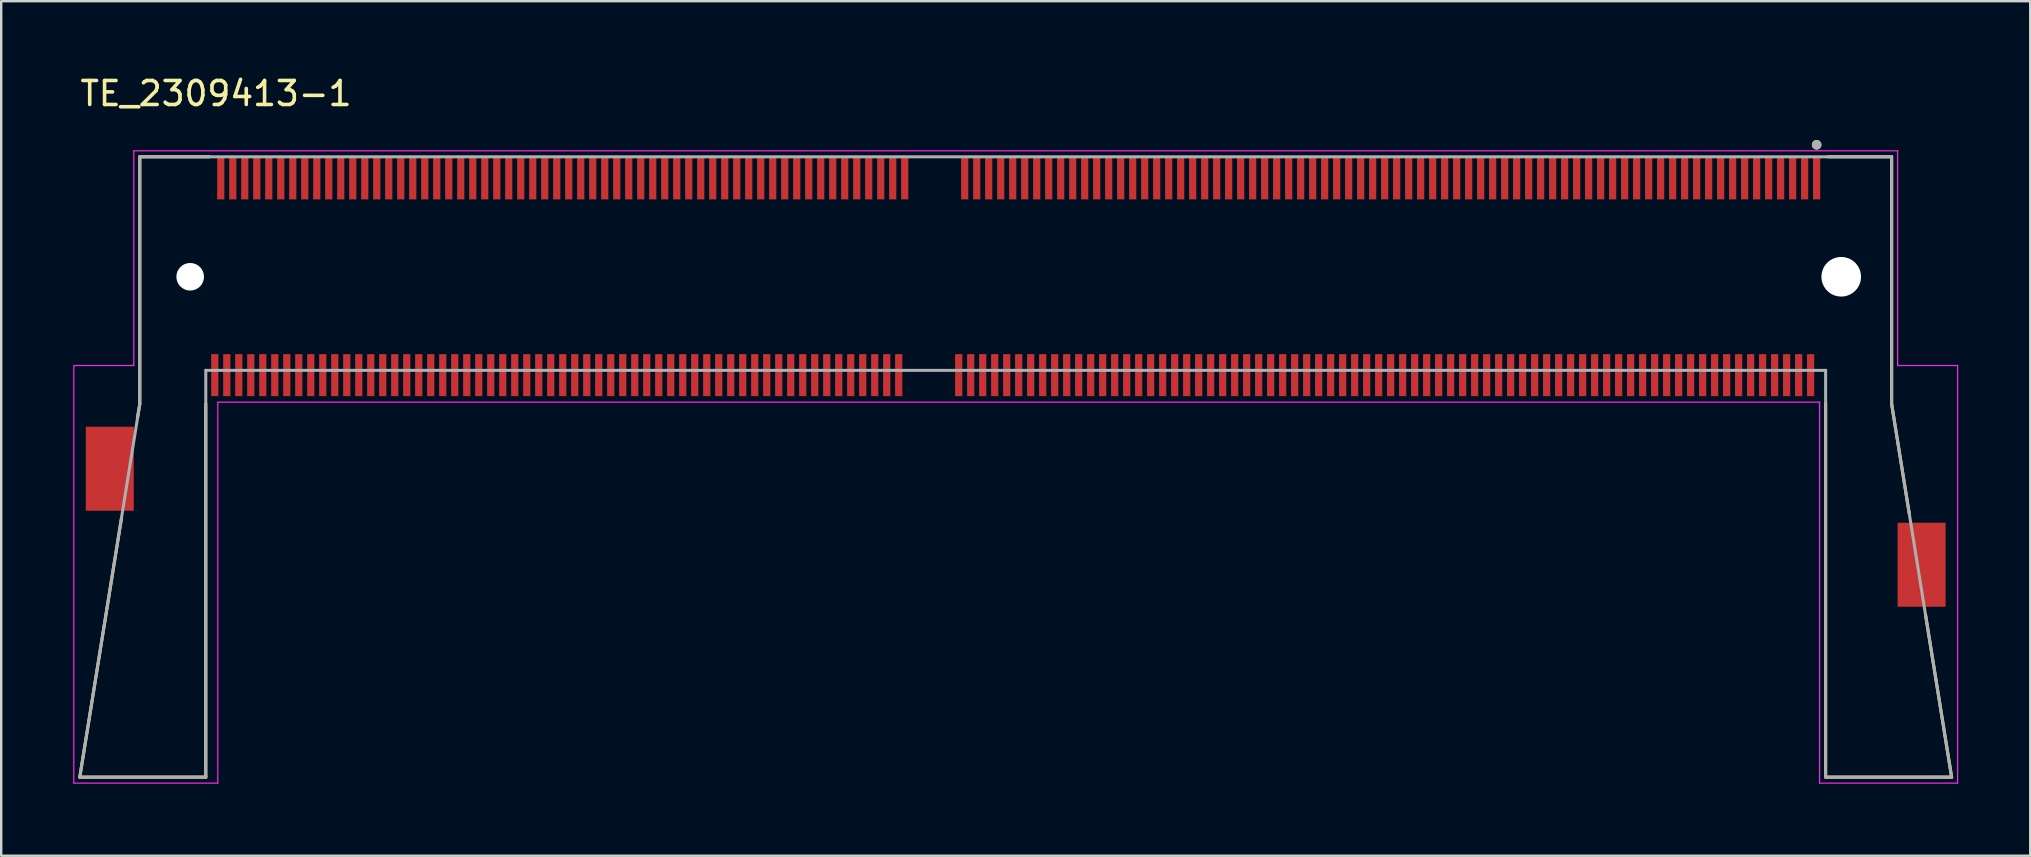
<source format=kicad_pcb>
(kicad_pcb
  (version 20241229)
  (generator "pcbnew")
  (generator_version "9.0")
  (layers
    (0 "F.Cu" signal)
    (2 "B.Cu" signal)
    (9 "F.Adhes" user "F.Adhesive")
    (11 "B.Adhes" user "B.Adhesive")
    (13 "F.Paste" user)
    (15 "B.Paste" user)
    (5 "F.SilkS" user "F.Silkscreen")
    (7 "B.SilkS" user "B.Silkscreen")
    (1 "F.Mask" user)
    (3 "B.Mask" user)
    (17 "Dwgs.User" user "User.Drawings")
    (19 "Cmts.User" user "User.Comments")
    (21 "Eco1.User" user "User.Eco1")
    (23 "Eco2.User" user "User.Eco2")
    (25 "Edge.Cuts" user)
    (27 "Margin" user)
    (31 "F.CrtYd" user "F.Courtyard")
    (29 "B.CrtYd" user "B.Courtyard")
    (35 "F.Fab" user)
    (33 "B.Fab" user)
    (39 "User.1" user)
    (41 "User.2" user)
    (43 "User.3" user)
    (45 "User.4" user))
  (footprint "TE_2309413-1"
    (layer "F.Cu")
    (at 35.775 8.483)
    (property "Reference" "TE_2309413-1" (at -29.825 -7.635 0) (layer "F.SilkS") (effects (font (size 1 1) (thickness 0.15))))
    (attr smd)
    (fp_line (start -35.5 20.85) (end -33.77 10.105) (stroke (width 0.127) (type solid)) (layer "F.SilkS"))
    (fp_line (start -35.5 20.85) (end -30.25 20.85) (stroke (width 0.127) (type solid)) (layer "F.SilkS"))
    (fp_line (start -33 -5) (end -33 5.3) (stroke (width 0.127) (type solid)) (layer "F.SilkS"))
    (fp_line (start -33 5.3) (end -33.1 5.9) (stroke (width 0.127) (type solid)) (layer "F.SilkS"))
    (fp_line (start -30.25 20.85) (end -30.25 5.3) (stroke (width 0.127) (type solid)) (layer "F.SilkS"))
    (fp_line (start -30.095 -5) (end -33 -5) (stroke (width 0.127) (type solid)) (layer "F.SilkS"))
    (fp_line (start 37.25 5.3) (end 37.25 20.85) (stroke (width 0.127) (type solid)) (layer "F.SilkS"))
    (fp_line (start 37.25 20.85) (end 42.5 20.85) (stroke (width 0.127) (type solid)) (layer "F.SilkS"))
    (fp_line (start 40 -5) (end 37.345 -5) (stroke (width 0.127) (type solid)) (layer "F.SilkS"))
    (fp_line (start 40 5.3) (end 40 -5) (stroke (width 0.127) (type solid)) (layer "F.SilkS"))
    (fp_line (start 40 5.3) (end 40.735 9.87) (stroke (width 0.127) (type solid)) (layer "F.SilkS"))
    (fp_line (start 42.5 20.85) (end 41.415 14.1) (stroke (width 0.127) (type solid)) (layer "F.SilkS"))
    (fp_circle (center 36.875 -5.5) (end 36.975 -5.5) (stroke (width 0.2) (type solid)) (fill no) (layer "F.SilkS"))
    (fp_line (start -35.75 3.7) (end -33.25 3.7) (stroke (width 0.05) (type solid)) (layer "F.CrtYd"))
    (fp_line (start -35.75 21.1) (end -35.75 3.7) (stroke (width 0.05) (type solid)) (layer "F.CrtYd"))
    (fp_line (start -33.25 -5.25) (end 40.25 -5.25) (stroke (width 0.05) (type solid)) (layer "F.CrtYd"))
    (fp_line (start -33.25 3.7) (end -33.25 -5.25) (stroke (width 0.05) (type solid)) (layer "F.CrtYd"))
    (fp_line (start -29.75 5.225) (end -29.75 21.1) (stroke (width 0.05) (type solid)) (layer "F.CrtYd"))
    (fp_line (start -29.75 21.1) (end -35.75 21.1) (stroke (width 0.05) (type solid)) (layer "F.CrtYd"))
    (fp_line (start 37 5.225) (end -29.75 5.225) (stroke (width 0.05) (type solid)) (layer "F.CrtYd"))
    (fp_line (start 37 21.1) (end 37 5.225) (stroke (width 0.05) (type solid)) (layer "F.CrtYd"))
    (fp_line (start 40.25 -5.25) (end 40.25 3.7) (stroke (width 0.05) (type solid)) (layer "F.CrtYd"))
    (fp_line (start 40.25 3.7) (end 42.75 3.7) (stroke (width 0.05) (type solid)) (layer "F.CrtYd"))
    (fp_line (start 42.75 3.7) (end 42.75 21.1) (stroke (width 0.05) (type solid)) (layer "F.CrtYd"))
    (fp_line (start 42.75 21.1) (end 37 21.1) (stroke (width 0.05) (type solid)) (layer "F.CrtYd"))
    (fp_line (start -35.5 20.85) (end -30.25 20.85) (stroke (width 0.127) (type solid)) (layer "F.Fab"))
    (fp_line (start -33 -5) (end -33 5.3) (stroke (width 0.127) (type solid)) (layer "F.Fab"))
    (fp_line (start -33 5.3) (end -35.5 20.85) (stroke (width 0.127) (type solid)) (layer "F.Fab"))
    (fp_line (start -30.25 3.9) (end 37.25 3.9) (stroke (width 0.127) (type solid)) (layer "F.Fab"))
    (fp_line (start -30.25 20.85) (end -30.25 3.9) (stroke (width 0.127) (type solid)) (layer "F.Fab"))
    (fp_line (start 37.25 3.9) (end 37.25 20.85) (stroke (width 0.127) (type solid)) (layer "F.Fab"))
    (fp_line (start 37.25 20.85) (end 42.5 20.85) (stroke (width 0.127) (type solid)) (layer "F.Fab"))
    (fp_line (start 40 -5) (end -33 -5) (stroke (width 0.127) (type solid)) (layer "F.Fab"))
    (fp_line (start 40 5.3) (end 40 -5) (stroke (width 0.127) (type solid)) (layer "F.Fab"))
    (fp_line (start 42.5 20.85) (end 40 5.3) (stroke (width 0.127) (type solid)) (layer "F.Fab"))
    (fp_circle (center 36.875 -5.5) (end 36.975 -5.5) (stroke (width 0.2) (type solid)) (fill no) (layer "F.Fab"))
    (pad "" np_thru_hole circle (at -30.9 0) (size 1.15 1.15) (drill 1.15) (layers "*.Cu" "*.Mask"))
    (pad "" np_thru_hole circle (at 37.9 0) (size 1.65 1.65) (drill 1.65) (layers "*.Cu" "*.Mask"))
    (pad "1" smd rect (at 36.875 -4.1 90) (size 1.75 0.3) (layers "F.Cu" "F.Mask" "F.Paste"))
    (pad "2" smd rect (at 36.625 4.1 90) (size 1.75 0.3) (layers "F.Cu" "F.Mask" "F.Paste"))
    (pad "3" smd rect (at 36.375 -4.1 90) (size 1.75 0.3) (layers "F.Cu" "F.Mask" "F.Paste"))
    (pad "4" smd rect (at 36.125 4.1 90) (size 1.75 0.3) (layers "F.Cu" "F.Mask" "F.Paste"))
    (pad "5" smd rect (at 35.875 -4.1 90) (size 1.75 0.3) (layers "F.Cu" "F.Mask" "F.Paste"))
    (pad "6" smd rect (at 35.625 4.1 90) (size 1.75 0.3) (layers "F.Cu" "F.Mask" "F.Paste"))
    (pad "7" smd rect (at 35.375 -4.1 90) (size 1.75 0.3) (layers "F.Cu" "F.Mask" "F.Paste"))
    (pad "8" smd rect (at 35.125 4.1 90) (size 1.75 0.3) (layers "F.Cu" "F.Mask" "F.Paste"))
    (pad "9" smd rect (at 34.875 -4.1 90) (size 1.75 0.3) (layers "F.Cu" "F.Mask" "F.Paste"))
    (pad "10" smd rect (at 34.625 4.1 90) (size 1.75 0.3) (layers "F.Cu" "F.Mask" "F.Paste"))
    (pad "11" smd rect (at 34.375 -4.1 90) (size 1.75 0.3) (layers "F.Cu" "F.Mask" "F.Paste"))
    (pad "12" smd rect (at 34.125 4.1 90) (size 1.75 0.3) (layers "F.Cu" "F.Mask" "F.Paste"))
    (pad "13" smd rect (at 33.875 -4.1 90) (size 1.75 0.3) (layers "F.Cu" "F.Mask" "F.Paste"))
    (pad "14" smd rect (at 33.625 4.1 90) (size 1.75 0.3) (layers "F.Cu" "F.Mask" "F.Paste"))
    (pad "15" smd rect (at 33.375 -4.1 90) (size 1.75 0.3) (layers "F.Cu" "F.Mask" "F.Paste"))
    (pad "16" smd rect (at 33.125 4.1 90) (size 1.75 0.3) (layers "F.Cu" "F.Mask" "F.Paste"))
    (pad "17" smd rect (at 32.875 -4.1 90) (size 1.75 0.3) (layers "F.Cu" "F.Mask" "F.Paste"))
    (pad "18" smd rect (at 32.625 4.1 90) (size 1.75 0.3) (layers "F.Cu" "F.Mask" "F.Paste"))
    (pad "19" smd rect (at 32.375 -4.1 90) (size 1.75 0.3) (layers "F.Cu" "F.Mask" "F.Paste"))
    (pad "20" smd rect (at 32.125 4.1 90) (size 1.75 0.3) (layers "F.Cu" "F.Mask" "F.Paste"))
    (pad "21" smd rect (at 31.875 -4.1 90) (size 1.75 0.3) (layers "F.Cu" "F.Mask" "F.Paste"))
    (pad "22" smd rect (at 31.625 4.1 90) (size 1.75 0.3) (layers "F.Cu" "F.Mask" "F.Paste"))
    (pad "23" smd rect (at 31.375 -4.1 90) (size 1.75 0.3) (layers "F.Cu" "F.Mask" "F.Paste"))
    (pad "24" smd rect (at 31.125 4.1 90) (size 1.75 0.3) (layers "F.Cu" "F.Mask" "F.Paste"))
    (pad "25" smd rect (at 30.875 -4.1 90) (size 1.75 0.3) (layers "F.Cu" "F.Mask" "F.Paste"))
    (pad "26" smd rect (at 30.625 4.1 90) (size 1.75 0.3) (layers "F.Cu" "F.Mask" "F.Paste"))
    (pad "27" smd rect (at 30.375 -4.1 90) (size 1.75 0.3) (layers "F.Cu" "F.Mask" "F.Paste"))
    (pad "28" smd rect (at 30.125 4.1 90) (size 1.75 0.3) (layers "F.Cu" "F.Mask" "F.Paste"))
    (pad "29" smd rect (at 29.875 -4.1 90) (size 1.75 0.3) (layers "F.Cu" "F.Mask" "F.Paste"))
    (pad "30" smd rect (at 29.625 4.1 90) (size 1.75 0.3) (layers "F.Cu" "F.Mask" "F.Paste"))
    (pad "31" smd rect (at 29.375 -4.1 90) (size 1.75 0.3) (layers "F.Cu" "F.Mask" "F.Paste"))
    (pad "32" smd rect (at 29.125 4.1 90) (size 1.75 0.3) (layers "F.Cu" "F.Mask" "F.Paste"))
    (pad "33" smd rect (at 28.875 -4.1 90) (size 1.75 0.3) (layers "F.Cu" "F.Mask" "F.Paste"))
    (pad "34" smd rect (at 28.625 4.1 90) (size 1.75 0.3) (layers "F.Cu" "F.Mask" "F.Paste"))
    (pad "35" smd rect (at 28.375 -4.1 90) (size 1.75 0.3) (layers "F.Cu" "F.Mask" "F.Paste"))
    (pad "36" smd rect (at 28.125 4.1 90) (size 1.75 0.3) (layers "F.Cu" "F.Mask" "F.Paste"))
    (pad "37" smd rect (at 27.875 -4.1 90) (size 1.75 0.3) (layers "F.Cu" "F.Mask" "F.Paste"))
    (pad "38" smd rect (at 27.625 4.1 90) (size 1.75 0.3) (layers "F.Cu" "F.Mask" "F.Paste"))
    (pad "39" smd rect (at 27.375 -4.1 90) (size 1.75 0.3) (layers "F.Cu" "F.Mask" "F.Paste"))
    (pad "40" smd rect (at 27.125 4.1 90) (size 1.75 0.3) (layers "F.Cu" "F.Mask" "F.Paste"))
    (pad "41" smd rect (at 26.875 -4.1 90) (size 1.75 0.3) (layers "F.Cu" "F.Mask" "F.Paste"))
    (pad "42" smd rect (at 26.625 4.1 90) (size 1.75 0.3) (layers "F.Cu" "F.Mask" "F.Paste"))
    (pad "43" smd rect (at 26.375 -4.1 90) (size 1.75 0.3) (layers "F.Cu" "F.Mask" "F.Paste"))
    (pad "44" smd rect (at 26.125 4.1 90) (size 1.75 0.3) (layers "F.Cu" "F.Mask" "F.Paste"))
    (pad "45" smd rect (at 25.875 -4.1 90) (size 1.75 0.3) (layers "F.Cu" "F.Mask" "F.Paste"))
    (pad "46" smd rect (at 25.625 4.1 90) (size 1.75 0.3) (layers "F.Cu" "F.Mask" "F.Paste"))
    (pad "47" smd rect (at 25.375 -4.1 90) (size 1.75 0.3) (layers "F.Cu" "F.Mask" "F.Paste"))
    (pad "48" smd rect (at 25.125 4.1 90) (size 1.75 0.3) (layers "F.Cu" "F.Mask" "F.Paste"))
    (pad "49" smd rect (at 24.875 -4.1 90) (size 1.75 0.3) (layers "F.Cu" "F.Mask" "F.Paste"))
    (pad "50" smd rect (at 24.625 4.1 90) (size 1.75 0.3) (layers "F.Cu" "F.Mask" "F.Paste"))
    (pad "51" smd rect (at 24.375 -4.1 90) (size 1.75 0.3) (layers "F.Cu" "F.Mask" "F.Paste"))
    (pad "52" smd rect (at 24.125 4.1 90) (size 1.75 0.3) (layers "F.Cu" "F.Mask" "F.Paste"))
    (pad "53" smd rect (at 23.875 -4.1 90) (size 1.75 0.3) (layers "F.Cu" "F.Mask" "F.Paste"))
    (pad "54" smd rect (at 23.625 4.1 90) (size 1.75 0.3) (layers "F.Cu" "F.Mask" "F.Paste"))
    (pad "55" smd rect (at 23.375 -4.1 90) (size 1.75 0.3) (layers "F.Cu" "F.Mask" "F.Paste"))
    (pad "56" smd rect (at 23.125 4.1 90) (size 1.75 0.3) (layers "F.Cu" "F.Mask" "F.Paste"))
    (pad "57" smd rect (at 22.875 -4.1 90) (size 1.75 0.3) (layers "F.Cu" "F.Mask" "F.Paste"))
    (pad "58" smd rect (at 22.625 4.1 90) (size 1.75 0.3) (layers "F.Cu" "F.Mask" "F.Paste"))
    (pad "59" smd rect (at 22.375 -4.1 90) (size 1.75 0.3) (layers "F.Cu" "F.Mask" "F.Paste"))
    (pad "60" smd rect (at 22.125 4.1 90) (size 1.75 0.3) (layers "F.Cu" "F.Mask" "F.Paste"))
    (pad "61" smd rect (at 21.875 -4.1 90) (size 1.75 0.3) (layers "F.Cu" "F.Mask" "F.Paste"))
    (pad "62" smd rect (at 21.625 4.1 90) (size 1.75 0.3) (layers "F.Cu" "F.Mask" "F.Paste"))
    (pad "63" smd rect (at 21.375 -4.1 90) (size 1.75 0.3) (layers "F.Cu" "F.Mask" "F.Paste"))
    (pad "64" smd rect (at 21.125 4.1 90) (size 1.75 0.3) (layers "F.Cu" "F.Mask" "F.Paste"))
    (pad "65" smd rect (at 20.875 -4.1 90) (size 1.75 0.3) (layers "F.Cu" "F.Mask" "F.Paste"))
    (pad "66" smd rect (at 20.625 4.1 90) (size 1.75 0.3) (layers "F.Cu" "F.Mask" "F.Paste"))
    (pad "67" smd rect (at 20.375 -4.1 90) (size 1.75 0.3) (layers "F.Cu" "F.Mask" "F.Paste"))
    (pad "68" smd rect (at 20.125 4.1 90) (size 1.75 0.3) (layers "F.Cu" "F.Mask" "F.Paste"))
    (pad "69" smd rect (at 19.875 -4.1 90) (size 1.75 0.3) (layers "F.Cu" "F.Mask" "F.Paste"))
    (pad "70" smd rect (at 19.625 4.1 90) (size 1.75 0.3) (layers "F.Cu" "F.Mask" "F.Paste"))
    (pad "71" smd rect (at 19.375 -4.1 90) (size 1.75 0.3) (layers "F.Cu" "F.Mask" "F.Paste"))
    (pad "72" smd rect (at 19.125 4.1 90) (size 1.75 0.3) (layers "F.Cu" "F.Mask" "F.Paste"))
    (pad "73" smd rect (at 18.875 -4.1 90) (size 1.75 0.3) (layers "F.Cu" "F.Mask" "F.Paste"))
    (pad "74" smd rect (at 18.625 4.1 90) (size 1.75 0.3) (layers "F.Cu" "F.Mask" "F.Paste"))
    (pad "75" smd rect (at 18.375 -4.1 90) (size 1.75 0.3) (layers "F.Cu" "F.Mask" "F.Paste"))
    (pad "76" smd rect (at 18.125 4.1 90) (size 1.75 0.3) (layers "F.Cu" "F.Mask" "F.Paste"))
    (pad "77" smd rect (at 17.875 -4.1 90) (size 1.75 0.3) (layers "F.Cu" "F.Mask" "F.Paste"))
    (pad "78" smd rect (at 17.625 4.1 90) (size 1.75 0.3) (layers "F.Cu" "F.Mask" "F.Paste"))
    (pad "79" smd rect (at 17.375 -4.1 90) (size 1.75 0.3) (layers "F.Cu" "F.Mask" "F.Paste"))
    (pad "80" smd rect (at 17.125 4.1 90) (size 1.75 0.3) (layers "F.Cu" "F.Mask" "F.Paste"))
    (pad "81" smd rect (at 16.875 -4.1 90) (size 1.75 0.3) (layers "F.Cu" "F.Mask" "F.Paste"))
    (pad "82" smd rect (at 16.625 4.1 90) (size 1.75 0.3) (layers "F.Cu" "F.Mask" "F.Paste"))
    (pad "83" smd rect (at 16.375 -4.1 90) (size 1.75 0.3) (layers "F.Cu" "F.Mask" "F.Paste"))
    (pad "84" smd rect (at 16.125 4.1 90) (size 1.75 0.3) (layers "F.Cu" "F.Mask" "F.Paste"))
    (pad "85" smd rect (at 15.875 -4.1 90) (size 1.75 0.3) (layers "F.Cu" "F.Mask" "F.Paste"))
    (pad "86" smd rect (at 15.625 4.1 90) (size 1.75 0.3) (layers "F.Cu" "F.Mask" "F.Paste"))
    (pad "87" smd rect (at 15.375 -4.1 90) (size 1.75 0.3) (layers "F.Cu" "F.Mask" "F.Paste"))
    (pad "88" smd rect (at 15.125 4.1 90) (size 1.75 0.3) (layers "F.Cu" "F.Mask" "F.Paste"))
    (pad "89" smd rect (at 14.875 -4.1 90) (size 1.75 0.3) (layers "F.Cu" "F.Mask" "F.Paste"))
    (pad "90" smd rect (at 14.625 4.1 90) (size 1.75 0.3) (layers "F.Cu" "F.Mask" "F.Paste"))
    (pad "91" smd rect (at 14.375 -4.1 90) (size 1.75 0.3) (layers "F.Cu" "F.Mask" "F.Paste"))
    (pad "92" smd rect (at 14.125 4.1 90) (size 1.75 0.3) (layers "F.Cu" "F.Mask" "F.Paste"))
    (pad "93" smd rect (at 13.875 -4.1 90) (size 1.75 0.3) (layers "F.Cu" "F.Mask" "F.Paste"))
    (pad "94" smd rect (at 13.625 4.1 90) (size 1.75 0.3) (layers "F.Cu" "F.Mask" "F.Paste"))
    (pad "95" smd rect (at 13.375 -4.1 90) (size 1.75 0.3) (layers "F.Cu" "F.Mask" "F.Paste"))
    (pad "96" smd rect (at 13.125 4.1 90) (size 1.75 0.3) (layers "F.Cu" "F.Mask" "F.Paste"))
    (pad "97" smd rect (at 12.875 -4.1 90) (size 1.75 0.3) (layers "F.Cu" "F.Mask" "F.Paste"))
    (pad "98" smd rect (at 12.625 4.1 90) (size 1.75 0.3) (layers "F.Cu" "F.Mask" "F.Paste"))
    (pad "99" smd rect (at 12.375 -4.1 90) (size 1.75 0.3) (layers "F.Cu" "F.Mask" "F.Paste"))
    (pad "100" smd rect (at 12.125 4.1 90) (size 1.75 0.3) (layers "F.Cu" "F.Mask" "F.Paste"))
    (pad "101" smd rect (at 11.875 -4.1 90) (size 1.75 0.3) (layers "F.Cu" "F.Mask" "F.Paste"))
    (pad "102" smd rect (at 11.625 4.1 90) (size 1.75 0.3) (layers "F.Cu" "F.Mask" "F.Paste"))
    (pad "103" smd rect (at 11.375 -4.1 90) (size 1.75 0.3) (layers "F.Cu" "F.Mask" "F.Paste"))
    (pad "104" smd rect (at 11.125 4.1 90) (size 1.75 0.3) (layers "F.Cu" "F.Mask" "F.Paste"))
    (pad "105" smd rect (at 10.875 -4.1 90) (size 1.75 0.3) (layers "F.Cu" "F.Mask" "F.Paste"))
    (pad "106" smd rect (at 10.625 4.1 90) (size 1.75 0.3) (layers "F.Cu" "F.Mask" "F.Paste"))
    (pad "107" smd rect (at 10.375 -4.1 90) (size 1.75 0.3) (layers "F.Cu" "F.Mask" "F.Paste"))
    (pad "108" smd rect (at 10.125 4.1 90) (size 1.75 0.3) (layers "F.Cu" "F.Mask" "F.Paste"))
    (pad "109" smd rect (at 9.875 -4.1 90) (size 1.75 0.3) (layers "F.Cu" "F.Mask" "F.Paste"))
    (pad "110" smd rect (at 9.625 4.1 90) (size 1.75 0.3) (layers "F.Cu" "F.Mask" "F.Paste"))
    (pad "111" smd rect (at 9.375 -4.1 90) (size 1.75 0.3) (layers "F.Cu" "F.Mask" "F.Paste"))
    (pad "112" smd rect (at 9.125 4.1 90) (size 1.75 0.3) (layers "F.Cu" "F.Mask" "F.Paste"))
    (pad "113" smd rect (at 8.875 -4.1 90) (size 1.75 0.3) (layers "F.Cu" "F.Mask" "F.Paste"))
    (pad "114" smd rect (at 8.625 4.1 90) (size 1.75 0.3) (layers "F.Cu" "F.Mask" "F.Paste"))
    (pad "115" smd rect (at 8.375 -4.1 90) (size 1.75 0.3) (layers "F.Cu" "F.Mask" "F.Paste"))
    (pad "116" smd rect (at 8.125 4.1 90) (size 1.75 0.3) (layers "F.Cu" "F.Mask" "F.Paste"))
    (pad "117" smd rect (at 7.875 -4.1 90) (size 1.75 0.3) (layers "F.Cu" "F.Mask" "F.Paste"))
    (pad "118" smd rect (at 7.625 4.1 90) (size 1.75 0.3) (layers "F.Cu" "F.Mask" "F.Paste"))
    (pad "119" smd rect (at 7.375 -4.1 90) (size 1.75 0.3) (layers "F.Cu" "F.Mask" "F.Paste"))
    (pad "120" smd rect (at 7.125 4.1 90) (size 1.75 0.3) (layers "F.Cu" "F.Mask" "F.Paste"))
    (pad "121" smd rect (at 6.875 -4.1 90) (size 1.75 0.3) (layers "F.Cu" "F.Mask" "F.Paste"))
    (pad "122" smd rect (at 6.625 4.1 90) (size 1.75 0.3) (layers "F.Cu" "F.Mask" "F.Paste"))
    (pad "123" smd rect (at 6.375 -4.1 90) (size 1.75 0.3) (layers "F.Cu" "F.Mask" "F.Paste"))
    (pad "124" smd rect (at 6.125 4.1 90) (size 1.75 0.3) (layers "F.Cu" "F.Mask" "F.Paste"))
    (pad "125" smd rect (at 5.875 -4.1 90) (size 1.75 0.3) (layers "F.Cu" "F.Mask" "F.Paste"))
    (pad "126" smd rect (at 5.625 4.1 90) (size 1.75 0.3) (layers "F.Cu" "F.Mask" "F.Paste"))
    (pad "127" smd rect (at 5.375 -4.1 90) (size 1.75 0.3) (layers "F.Cu" "F.Mask" "F.Paste"))
    (pad "128" smd rect (at 5.125 4.1 90) (size 1.75 0.3) (layers "F.Cu" "F.Mask" "F.Paste"))
    (pad "129" smd rect (at 4.875 -4.1 90) (size 1.75 0.3) (layers "F.Cu" "F.Mask" "F.Paste"))
    (pad "130" smd rect (at 4.625 4.1 90) (size 1.75 0.3) (layers "F.Cu" "F.Mask" "F.Paste"))
    (pad "131" smd rect (at 4.375 -4.1 90) (size 1.75 0.3) (layers "F.Cu" "F.Mask" "F.Paste"))
    (pad "132" smd rect (at 4.125 4.1 90) (size 1.75 0.3) (layers "F.Cu" "F.Mask" "F.Paste"))
    (pad "133" smd rect (at 3.875 -4.1 90) (size 1.75 0.3) (layers "F.Cu" "F.Mask" "F.Paste"))
    (pad "134" smd rect (at 3.625 4.1 90) (size 1.75 0.3) (layers "F.Cu" "F.Mask" "F.Paste"))
    (pad "135" smd rect (at 3.375 -4.1 90) (size 1.75 0.3) (layers "F.Cu" "F.Mask" "F.Paste"))
    (pad "136" smd rect (at 3.125 4.1 90) (size 1.75 0.3) (layers "F.Cu" "F.Mask" "F.Paste"))
    (pad "137" smd rect (at 2.875 -4.1 90) (size 1.75 0.3) (layers "F.Cu" "F.Mask" "F.Paste"))
    (pad "138" smd rect (at 2.625 4.1 90) (size 1.75 0.3) (layers "F.Cu" "F.Mask" "F.Paste"))
    (pad "139" smd rect (at 2.375 -4.1 90) (size 1.75 0.3) (layers "F.Cu" "F.Mask" "F.Paste"))
    (pad "140" smd rect (at 2.125 4.1 90) (size 1.75 0.3) (layers "F.Cu" "F.Mask" "F.Paste"))
    (pad "141" smd rect (at 1.875 -4.1 90) (size 1.75 0.3) (layers "F.Cu" "F.Mask" "F.Paste"))
    (pad "142" smd rect (at 1.625 4.1 90) (size 1.75 0.3) (layers "F.Cu" "F.Mask" "F.Paste"))
    (pad "143" smd rect (at 1.375 -4.1 90) (size 1.75 0.3) (layers "F.Cu" "F.Mask" "F.Paste"))
    (pad "144" smd rect (at 1.125 4.1 90) (size 1.75 0.3) (layers "F.Cu" "F.Mask" "F.Paste"))
    (pad "145" smd rect (at -1.125 -4.1 90) (size 1.75 0.3) (layers "F.Cu" "F.Mask" "F.Paste"))
    (pad "146" smd rect (at -1.375 4.1 90) (size 1.75 0.3) (layers "F.Cu" "F.Mask" "F.Paste"))
    (pad "147" smd rect (at -1.625 -4.1 90) (size 1.75 0.3) (layers "F.Cu" "F.Mask" "F.Paste"))
    (pad "148" smd rect (at -1.875 4.1 90) (size 1.75 0.3) (layers "F.Cu" "F.Mask" "F.Paste"))
    (pad "149" smd rect (at -2.125 -4.1 90) (size 1.75 0.3) (layers "F.Cu" "F.Mask" "F.Paste"))
    (pad "150" smd rect (at -2.375 4.1 90) (size 1.75 0.3) (layers "F.Cu" "F.Mask" "F.Paste"))
    (pad "151" smd rect (at -2.625 -4.1 90) (size 1.75 0.3) (layers "F.Cu" "F.Mask" "F.Paste"))
    (pad "152" smd rect (at -2.875 4.1 90) (size 1.75 0.3) (layers "F.Cu" "F.Mask" "F.Paste"))
    (pad "153" smd rect (at -3.125 -4.1 90) (size 1.75 0.3) (layers "F.Cu" "F.Mask" "F.Paste"))
    (pad "154" smd rect (at -3.375 4.1 90) (size 1.75 0.3) (layers "F.Cu" "F.Mask" "F.Paste"))
    (pad "155" smd rect (at -3.625 -4.1 90) (size 1.75 0.3) (layers "F.Cu" "F.Mask" "F.Paste"))
    (pad "156" smd rect (at -3.875 4.1 90) (size 1.75 0.3) (layers "F.Cu" "F.Mask" "F.Paste"))
    (pad "157" smd rect (at -4.125 -4.1 90) (size 1.75 0.3) (layers "F.Cu" "F.Mask" "F.Paste"))
    (pad "158" smd rect (at -4.375 4.1 90) (size 1.75 0.3) (layers "F.Cu" "F.Mask" "F.Paste"))
    (pad "159" smd rect (at -4.625 -4.1 90) (size 1.75 0.3) (layers "F.Cu" "F.Mask" "F.Paste"))
    (pad "160" smd rect (at -4.875 4.1 90) (size 1.75 0.3) (layers "F.Cu" "F.Mask" "F.Paste"))
    (pad "161" smd rect (at -5.125 -4.1 90) (size 1.75 0.3) (layers "F.Cu" "F.Mask" "F.Paste"))
    (pad "162" smd rect (at -5.375 4.1 90) (size 1.75 0.3) (layers "F.Cu" "F.Mask" "F.Paste"))
    (pad "163" smd rect (at -5.625 -4.1 90) (size 1.75 0.3) (layers "F.Cu" "F.Mask" "F.Paste"))
    (pad "164" smd rect (at -5.875 4.1 90) (size 1.75 0.3) (layers "F.Cu" "F.Mask" "F.Paste"))
    (pad "165" smd rect (at -6.125 -4.1 90) (size 1.75 0.3) (layers "F.Cu" "F.Mask" "F.Paste"))
    (pad "166" smd rect (at -6.375 4.1 90) (size 1.75 0.3) (layers "F.Cu" "F.Mask" "F.Paste"))
    (pad "167" smd rect (at -6.625 -4.1 90) (size 1.75 0.3) (layers "F.Cu" "F.Mask" "F.Paste"))
    (pad "168" smd rect (at -6.875 4.1 90) (size 1.75 0.3) (layers "F.Cu" "F.Mask" "F.Paste"))
    (pad "169" smd rect (at -7.125 -4.1 90) (size 1.75 0.3) (layers "F.Cu" "F.Mask" "F.Paste"))
    (pad "170" smd rect (at -7.375 4.1 90) (size 1.75 0.3) (layers "F.Cu" "F.Mask" "F.Paste"))
    (pad "171" smd rect (at -7.625 -4.1 90) (size 1.75 0.3) (layers "F.Cu" "F.Mask" "F.Paste"))
    (pad "172" smd rect (at -7.875 4.1 90) (size 1.75 0.3) (layers "F.Cu" "F.Mask" "F.Paste"))
    (pad "173" smd rect (at -8.125 -4.1 90) (size 1.75 0.3) (layers "F.Cu" "F.Mask" "F.Paste"))
    (pad "174" smd rect (at -8.375 4.1 90) (size 1.75 0.3) (layers "F.Cu" "F.Mask" "F.Paste"))
    (pad "175" smd rect (at -8.625 -4.1 90) (size 1.75 0.3) (layers "F.Cu" "F.Mask" "F.Paste"))
    (pad "176" smd rect (at -8.875 4.1 90) (size 1.75 0.3) (layers "F.Cu" "F.Mask" "F.Paste"))
    (pad "177" smd rect (at -9.125 -4.1 90) (size 1.75 0.3) (layers "F.Cu" "F.Mask" "F.Paste"))
    (pad "178" smd rect (at -9.375 4.1 90) (size 1.75 0.3) (layers "F.Cu" "F.Mask" "F.Paste"))
    (pad "179" smd rect (at -9.625 -4.1 90) (size 1.75 0.3) (layers "F.Cu" "F.Mask" "F.Paste"))
    (pad "180" smd rect (at -9.875 4.1 90) (size 1.75 0.3) (layers "F.Cu" "F.Mask" "F.Paste"))
    (pad "181" smd rect (at -10.125 -4.1 90) (size 1.75 0.3) (layers "F.Cu" "F.Mask" "F.Paste"))
    (pad "182" smd rect (at -10.375 4.1 90) (size 1.75 0.3) (layers "F.Cu" "F.Mask" "F.Paste"))
    (pad "183" smd rect (at -10.625 -4.1 90) (size 1.75 0.3) (layers "F.Cu" "F.Mask" "F.Paste"))
    (pad "184" smd rect (at -10.875 4.1 90) (size 1.75 0.3) (layers "F.Cu" "F.Mask" "F.Paste"))
    (pad "185" smd rect (at -11.125 -4.1 90) (size 1.75 0.3) (layers "F.Cu" "F.Mask" "F.Paste"))
    (pad "186" smd rect (at -11.375 4.1 90) (size 1.75 0.3) (layers "F.Cu" "F.Mask" "F.Paste"))
    (pad "187" smd rect (at -11.625 -4.1 90) (size 1.75 0.3) (layers "F.Cu" "F.Mask" "F.Paste"))
    (pad "188" smd rect (at -11.875 4.1 90) (size 1.75 0.3) (layers "F.Cu" "F.Mask" "F.Paste"))
    (pad "189" smd rect (at -12.125 -4.1 90) (size 1.75 0.3) (layers "F.Cu" "F.Mask" "F.Paste"))
    (pad "190" smd rect (at -12.375 4.1 90) (size 1.75 0.3) (layers "F.Cu" "F.Mask" "F.Paste"))
    (pad "191" smd rect (at -12.625 -4.1 90) (size 1.75 0.3) (layers "F.Cu" "F.Mask" "F.Paste"))
    (pad "192" smd rect (at -12.875 4.1 90) (size 1.75 0.3) (layers "F.Cu" "F.Mask" "F.Paste"))
    (pad "193" smd rect (at -13.125 -4.1 90) (size 1.75 0.3) (layers "F.Cu" "F.Mask" "F.Paste"))
    (pad "194" smd rect (at -13.375 4.1 90) (size 1.75 0.3) (layers "F.Cu" "F.Mask" "F.Paste"))
    (pad "195" smd rect (at -13.625 -4.1 90) (size 1.75 0.3) (layers "F.Cu" "F.Mask" "F.Paste"))
    (pad "196" smd rect (at -13.875 4.1 90) (size 1.75 0.3) (layers "F.Cu" "F.Mask" "F.Paste"))
    (pad "197" smd rect (at -14.125 -4.1 90) (size 1.75 0.3) (layers "F.Cu" "F.Mask" "F.Paste"))
    (pad "198" smd rect (at -14.375 4.1 90) (size 1.75 0.3) (layers "F.Cu" "F.Mask" "F.Paste"))
    (pad "199" smd rect (at -14.625 -4.1 90) (size 1.75 0.3) (layers "F.Cu" "F.Mask" "F.Paste"))
    (pad "200" smd rect (at -14.875 4.1 90) (size 1.75 0.3) (layers "F.Cu" "F.Mask" "F.Paste"))
    (pad "201" smd rect (at -15.125 -4.1 90) (size 1.75 0.3) (layers "F.Cu" "F.Mask" "F.Paste"))
    (pad "202" smd rect (at -15.375 4.1 90) (size 1.75 0.3) (layers "F.Cu" "F.Mask" "F.Paste"))
    (pad "203" smd rect (at -15.625 -4.1 90) (size 1.75 0.3) (layers "F.Cu" "F.Mask" "F.Paste"))
    (pad "204" smd rect (at -15.875 4.1 90) (size 1.75 0.3) (layers "F.Cu" "F.Mask" "F.Paste"))
    (pad "205" smd rect (at -16.125 -4.1 90) (size 1.75 0.3) (layers "F.Cu" "F.Mask" "F.Paste"))
    (pad "206" smd rect (at -16.375 4.1 90) (size 1.75 0.3) (layers "F.Cu" "F.Mask" "F.Paste"))
    (pad "207" smd rect (at -16.625 -4.1 90) (size 1.75 0.3) (layers "F.Cu" "F.Mask" "F.Paste"))
    (pad "208" smd rect (at -16.875 4.1 90) (size 1.75 0.3) (layers "F.Cu" "F.Mask" "F.Paste"))
    (pad "209" smd rect (at -17.125 -4.1 90) (size 1.75 0.3) (layers "F.Cu" "F.Mask" "F.Paste"))
    (pad "210" smd rect (at -17.375 4.1 90) (size 1.75 0.3) (layers "F.Cu" "F.Mask" "F.Paste"))
    (pad "211" smd rect (at -17.625 -4.1 90) (size 1.75 0.3) (layers "F.Cu" "F.Mask" "F.Paste"))
    (pad "212" smd rect (at -17.875 4.1 90) (size 1.75 0.3) (layers "F.Cu" "F.Mask" "F.Paste"))
    (pad "213" smd rect (at -18.125 -4.1 90) (size 1.75 0.3) (layers "F.Cu" "F.Mask" "F.Paste"))
    (pad "214" smd rect (at -18.375 4.1 90) (size 1.75 0.3) (layers "F.Cu" "F.Mask" "F.Paste"))
    (pad "215" smd rect (at -18.625 -4.1 90) (size 1.75 0.3) (layers "F.Cu" "F.Mask" "F.Paste"))
    (pad "216" smd rect (at -18.875 4.1 90) (size 1.75 0.3) (layers "F.Cu" "F.Mask" "F.Paste"))
    (pad "217" smd rect (at -19.125 -4.1 90) (size 1.75 0.3) (layers "F.Cu" "F.Mask" "F.Paste"))
    (pad "218" smd rect (at -19.375 4.1 90) (size 1.75 0.3) (layers "F.Cu" "F.Mask" "F.Paste"))
    (pad "219" smd rect (at -19.625 -4.1 90) (size 1.75 0.3) (layers "F.Cu" "F.Mask" "F.Paste"))
    (pad "220" smd rect (at -19.875 4.1 90) (size 1.75 0.3) (layers "F.Cu" "F.Mask" "F.Paste"))
    (pad "221" smd rect (at -20.125 -4.1 90) (size 1.75 0.3) (layers "F.Cu" "F.Mask" "F.Paste"))
    (pad "222" smd rect (at -20.375 4.1 90) (size 1.75 0.3) (layers "F.Cu" "F.Mask" "F.Paste"))
    (pad "223" smd rect (at -20.625 -4.1 90) (size 1.75 0.3) (layers "F.Cu" "F.Mask" "F.Paste"))
    (pad "224" smd rect (at -20.875 4.1 90) (size 1.75 0.3) (layers "F.Cu" "F.Mask" "F.Paste"))
    (pad "225" smd rect (at -21.125 -4.1 90) (size 1.75 0.3) (layers "F.Cu" "F.Mask" "F.Paste"))
    (pad "226" smd rect (at -21.375 4.1 90) (size 1.75 0.3) (layers "F.Cu" "F.Mask" "F.Paste"))
    (pad "227" smd rect (at -21.625 -4.1 90) (size 1.75 0.3) (layers "F.Cu" "F.Mask" "F.Paste"))
    (pad "228" smd rect (at -21.875 4.1 90) (size 1.75 0.3) (layers "F.Cu" "F.Mask" "F.Paste"))
    (pad "229" smd rect (at -22.125 -4.1 90) (size 1.75 0.3) (layers "F.Cu" "F.Mask" "F.Paste"))
    (pad "230" smd rect (at -22.375 4.1 90) (size 1.75 0.3) (layers "F.Cu" "F.Mask" "F.Paste"))
    (pad "231" smd rect (at -22.625 -4.1 90) (size 1.75 0.3) (layers "F.Cu" "F.Mask" "F.Paste"))
    (pad "232" smd rect (at -22.875 4.1 90) (size 1.75 0.3) (layers "F.Cu" "F.Mask" "F.Paste"))
    (pad "233" smd rect (at -23.125 -4.1 90) (size 1.75 0.3) (layers "F.Cu" "F.Mask" "F.Paste"))
    (pad "234" smd rect (at -23.375 4.1 90) (size 1.75 0.3) (layers "F.Cu" "F.Mask" "F.Paste"))
    (pad "235" smd rect (at -23.625 -4.1 90) (size 1.75 0.3) (layers "F.Cu" "F.Mask" "F.Paste"))
    (pad "236" smd rect (at -23.875 4.1 90) (size 1.75 0.3) (layers "F.Cu" "F.Mask" "F.Paste"))
    (pad "237" smd rect (at -24.125 -4.1 90) (size 1.75 0.3) (layers "F.Cu" "F.Mask" "F.Paste"))
    (pad "238" smd rect (at -24.375 4.1 90) (size 1.75 0.3) (layers "F.Cu" "F.Mask" "F.Paste"))
    (pad "239" smd rect (at -24.625 -4.1 90) (size 1.75 0.3) (layers "F.Cu" "F.Mask" "F.Paste"))
    (pad "240" smd rect (at -24.875 4.1 90) (size 1.75 0.3) (layers "F.Cu" "F.Mask" "F.Paste"))
    (pad "241" smd rect (at -25.125 -4.1 90) (size 1.75 0.3) (layers "F.Cu" "F.Mask" "F.Paste"))
    (pad "242" smd rect (at -25.375 4.1 90) (size 1.75 0.3) (layers "F.Cu" "F.Mask" "F.Paste"))
    (pad "243" smd rect (at -25.625 -4.1 90) (size 1.75 0.3) (layers "F.Cu" "F.Mask" "F.Paste"))
    (pad "244" smd rect (at -25.875 4.1 90) (size 1.75 0.3) (layers "F.Cu" "F.Mask" "F.Paste"))
    (pad "245" smd rect (at -26.125 -4.1 90) (size 1.75 0.3) (layers "F.Cu" "F.Mask" "F.Paste"))
    (pad "246" smd rect (at -26.375 4.1 90) (size 1.75 0.3) (layers "F.Cu" "F.Mask" "F.Paste"))
    (pad "247" smd rect (at -26.625 -4.1 90) (size 1.75 0.3) (layers "F.Cu" "F.Mask" "F.Paste"))
    (pad "248" smd rect (at -26.875 4.1 90) (size 1.75 0.3) (layers "F.Cu" "F.Mask" "F.Paste"))
    (pad "249" smd rect (at -27.125 -4.1 90) (size 1.75 0.3) (layers "F.Cu" "F.Mask" "F.Paste"))
    (pad "250" smd rect (at -27.375 4.1 90) (size 1.75 0.3) (layers "F.Cu" "F.Mask" "F.Paste"))
    (pad "251" smd rect (at -27.625 -4.1 90) (size 1.75 0.3) (layers "F.Cu" "F.Mask" "F.Paste"))
    (pad "252" smd rect (at -27.875 4.1 90) (size 1.75 0.3) (layers "F.Cu" "F.Mask" "F.Paste"))
    (pad "253" smd rect (at -28.125 -4.1 90) (size 1.75 0.3) (layers "F.Cu" "F.Mask" "F.Paste"))
    (pad "254" smd rect (at -28.375 4.1 90) (size 1.75 0.3) (layers "F.Cu" "F.Mask" "F.Paste"))
    (pad "255" smd rect (at -28.625 -4.1 90) (size 1.75 0.3) (layers "F.Cu" "F.Mask" "F.Paste"))
    (pad "256" smd rect (at -28.875 4.1 90) (size 1.75 0.3) (layers "F.Cu" "F.Mask" "F.Paste"))
    (pad "257" smd rect (at -29.125 -4.1 90) (size 1.75 0.3) (layers "F.Cu" "F.Mask" "F.Paste"))
    (pad "258" smd rect (at -29.375 4.1 90) (size 1.75 0.3) (layers "F.Cu" "F.Mask" "F.Paste"))
    (pad "259" smd rect (at -29.625 -4.1 90) (size 1.75 0.3) (layers "F.Cu" "F.Mask" "F.Paste"))
    (pad "260" smd rect (at -29.875 4.1 90) (size 1.75 0.3) (layers "F.Cu" "F.Mask" "F.Paste"))
    (pad "S1" smd rect (at 41.25 12 180) (size 2 3.5) (layers "F.Cu" "F.Mask" "F.Paste"))
    (pad "S2" smd rect (at -34.25 8 180) (size 2 3.5) (layers "F.Cu" "F.Mask" "F.Paste")))
  (gr_rect
    (start -3 -3)
    (end 81.55 32.608)
    (stroke (width 0.1) (type default))
    (fill no)
    (layer "Edge.Cuts")))
</source>
